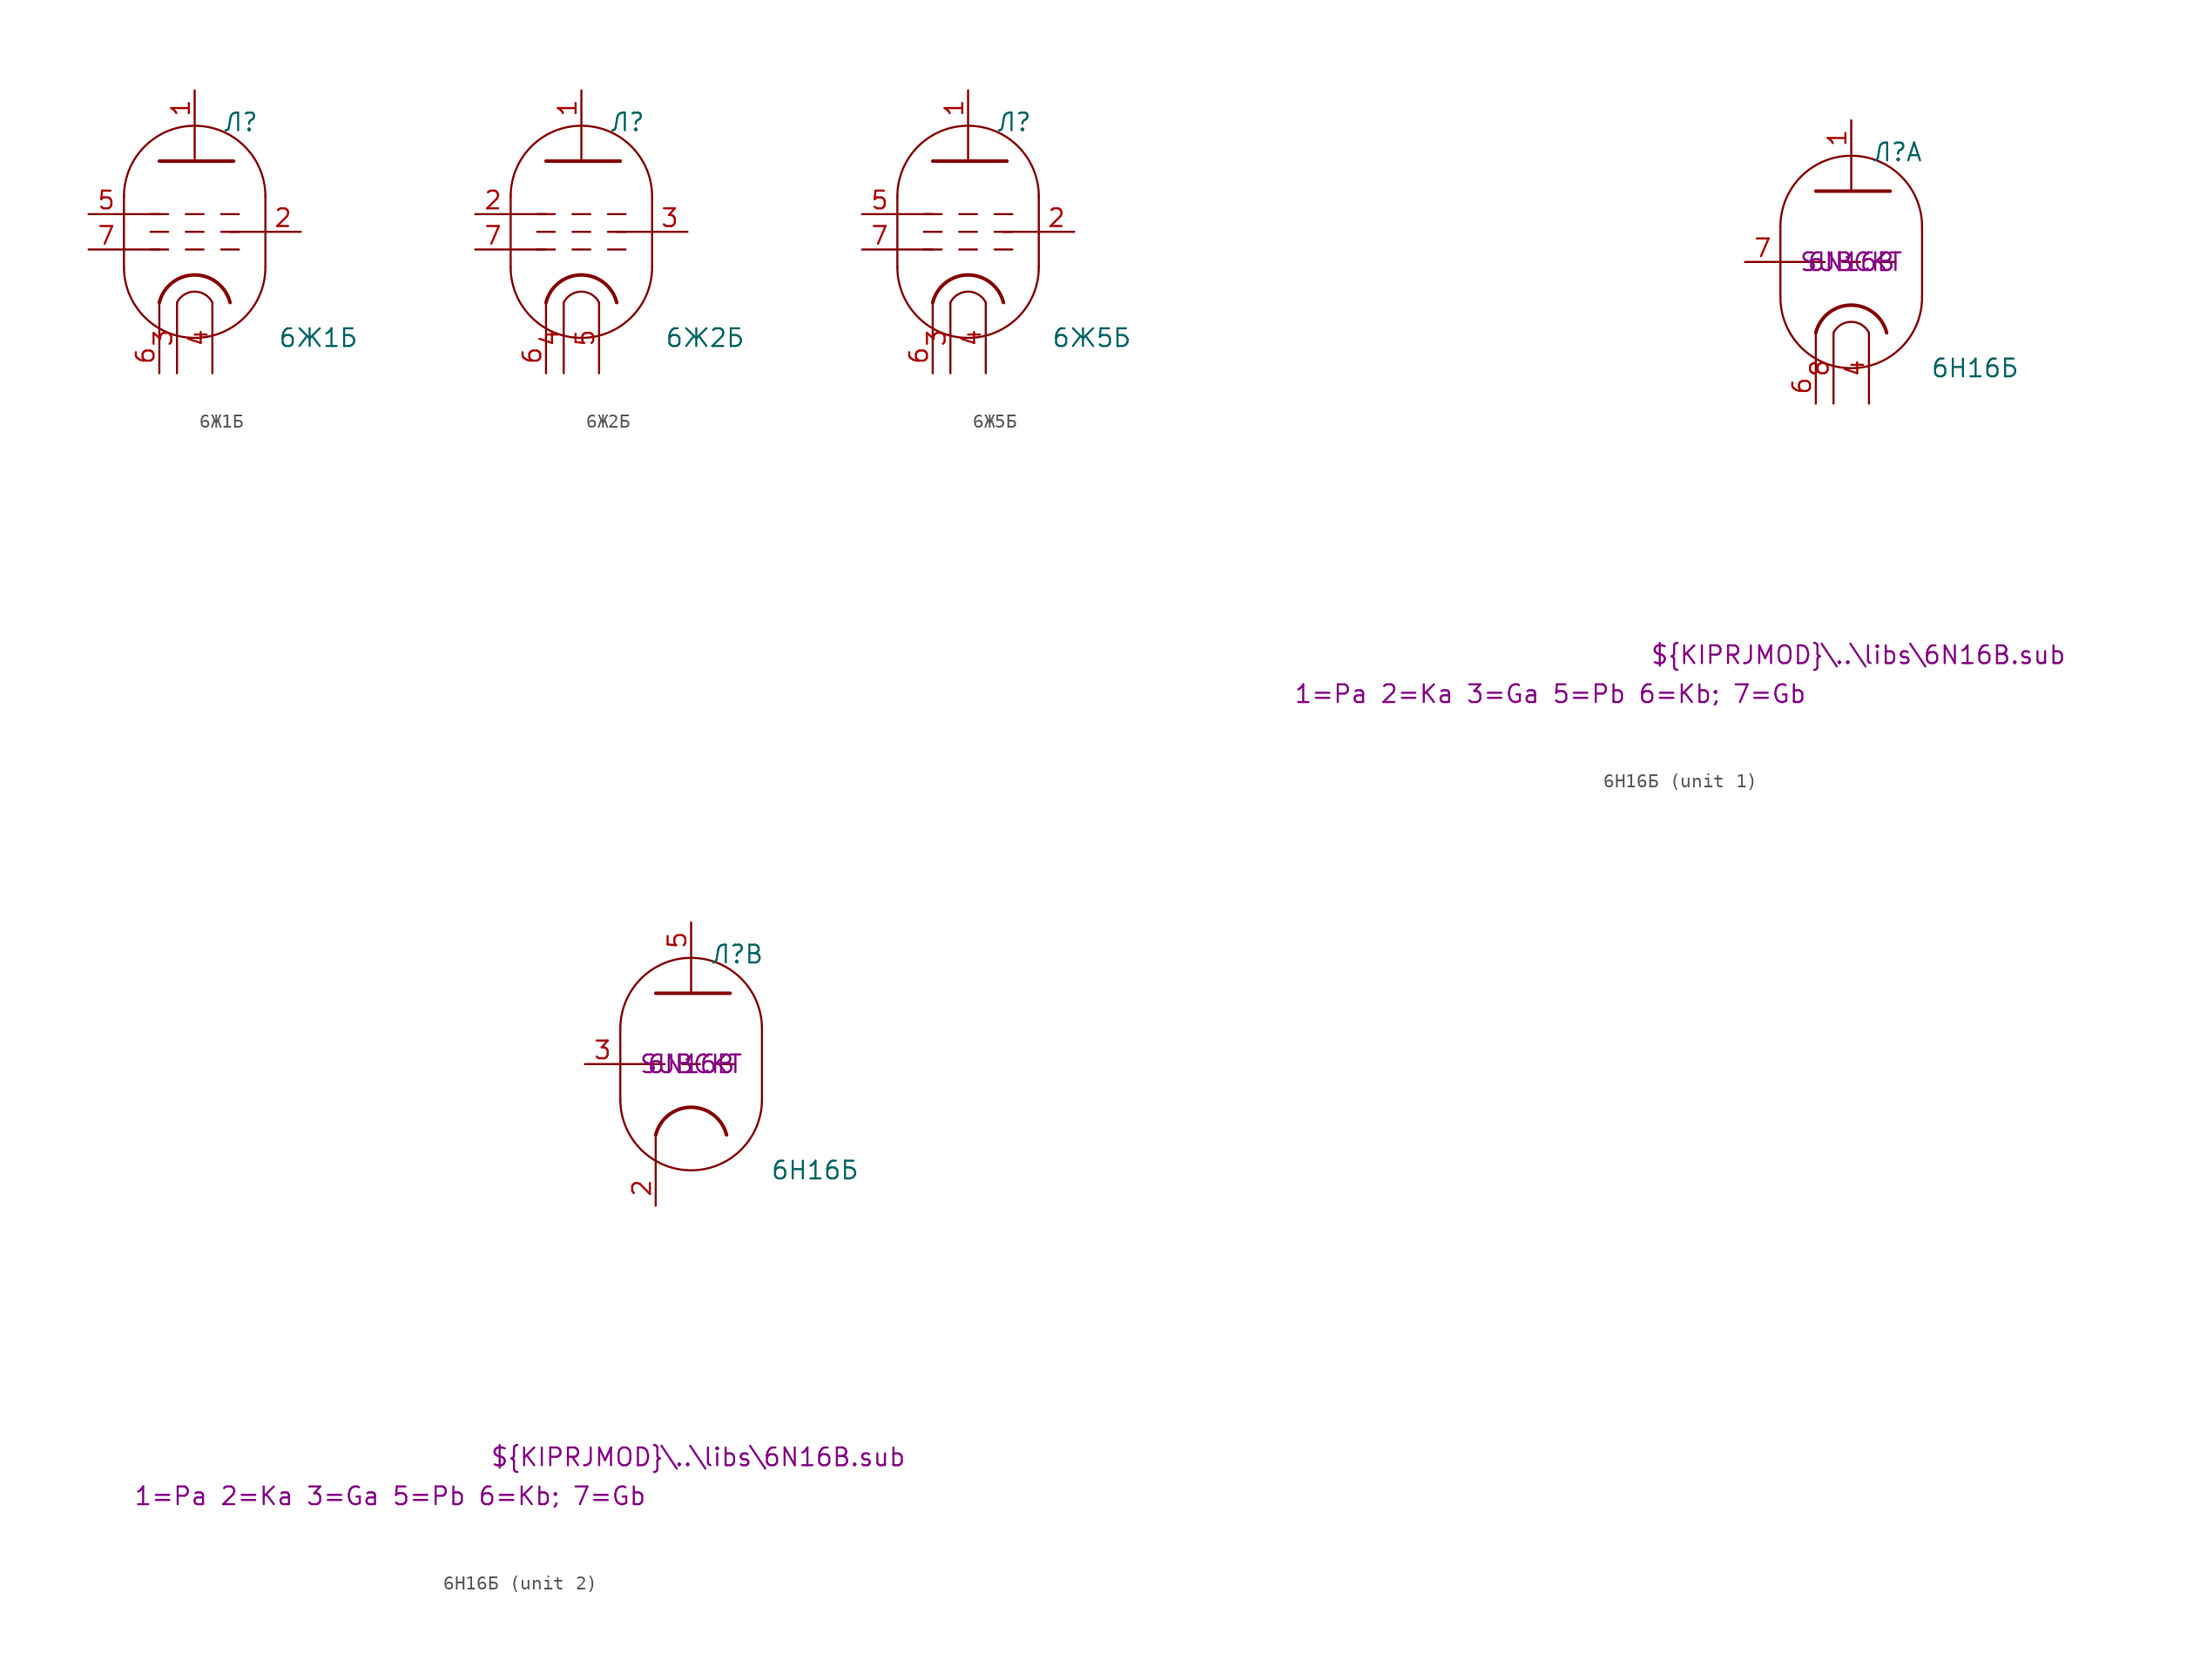
<source format=kicad_sym>
(kicad_symbol_lib
  (version 20231120)
  (generator "kicad_symbol_editor")
  (generator_version "8.0")
  (symbol "6Ж1Б"
    (pin_names
      (offset 0) hide)
    (property "Reference" "Л"
      (at 3.302 7.874 0)
      (effects (font (size 1.27 1.27))))
    (property "Value" "6Ж1Б"
      (at 8.89 -7.62 0)
      (effects (font (size 1.27 1.27))))
    (symbol "6Ж1Б_0_1"
      (arc (start -5.08 -2.54) (mid 0 -7.5978) (end 5.08 -2.54) (stroke (width 0) (type default)) (fill (type none)))
      (polyline (pts (xy 5.08 2.54) (xy 5.08 -2.54)) (stroke (width 0) (type default)) (fill (type none)))
      (polyline (pts (xy -5.08 2.54) (xy -5.08 -2.54) (xy -5.08 -2.54)) (stroke (width 0) (type default)) (fill (type none)))
      (arc (start 5.08 2.54) (mid 0 7.5978) (end -5.08 2.54) (stroke (width 0) (type default)) (fill (type none))))
    (symbol "6Ж1Б_1_0"
      (polyline (pts (xy -2.54 -5.08) (xy -2.54 -7.62)) (stroke (width 0) (type default)) (fill (type none)))
      (polyline (pts (xy 0 5.08) (xy 0 7.62)) (stroke (width 0) (type default)) (fill (type none))))
    (symbol "6Ж1Б_1_1"
      (polyline (pts (xy -5.08 -1.27) (xy -2.54 -1.27)) (stroke (width 0) (type default)) (fill (type none)))
      (polyline (pts (xy -5.08 1.27) (xy -2.54 1.27)) (stroke (width 0) (type default)) (fill (type none)))
      (polyline (pts (xy -1.905 -1.27) (xy -3.175 -1.27)) (stroke (width 0.152) (type default)) (fill (type none)))
      (polyline (pts (xy -1.905 0) (xy -3.175 0)) (stroke (width 0.152) (type default)) (fill (type none)))
      (polyline (pts (xy -1.905 1.27) (xy -3.175 1.27)) (stroke (width 0.152) (type default)) (fill (type none)))
      (polyline (pts (xy -0.635 -1.27) (xy 0.635 -1.27)) (stroke (width 0.152) (type default)) (fill (type none)))
      (polyline (pts (xy -0.635 0) (xy 0.635 0)) (stroke (width 0.152) (type default)) (fill (type none)))
      (polyline (pts (xy -0.635 1.27) (xy 0.635 1.27)) (stroke (width 0.152) (type default)) (fill (type none)))
      (polyline (pts (xy 1.905 -1.27) (xy 3.175 -1.27)) (stroke (width 0.152) (type default)) (fill (type none)))
      (polyline (pts (xy 1.905 0) (xy 3.175 0)) (stroke (width 0.152) (type default)) (fill (type none)))
      (polyline (pts (xy 1.905 1.27) (xy 3.175 1.27)) (stroke (width 0.152) (type default)) (fill (type none)))
      (polyline (pts (xy 2.54 0) (xy 5.08 0)) (stroke (width 0) (type default)) (fill (type none)))
      (polyline (pts (xy -2.54 5.08) (xy 2.794 5.08) (xy 2.794 5.08)) (stroke (width 0.254) (type default)) (fill (type none)))
      (arc (start 1.27 -5.08) (mid 0 -4.2951) (end -1.27 -5.08) (stroke (width 0) (type default)) (fill (type none)))
      (arc (start 2.54 -5.08) (mid 0 -3.0968) (end -2.54 -5.08) (stroke (width 0.254) (type default)) (fill (type none)))
      (pin output line (at 0 10.16 270) (length 2.54) (name "A" (effects (font (size 1.27 1.27)))) (number "1" (effects (font (size 1.27 1.27)))))
      (pin input line (at 7.62 0 180) (length 2.54) (name "G" (effects (font (size 1.27 1.27)))) (number "2" (effects (font (size 1.27 1.27)))))
      (pin power_in line (at -1.27 -10.16 90) (length 5.08) (name "F1" (effects (font (size 1.27 1.27)))) (number "3" (effects (font (size 1.27 1.27)))))
      (pin power_in line (at 1.27 -10.16 90) (length 5.08) (name "F1" (effects (font (size 1.27 1.27)))) (number "4" (effects (font (size 1.27 1.27)))))
      (pin input line (at -7.62 1.27 0) (length 2.54) (name "G3" (effects (font (size 1.27 1.27)))) (number "5" (effects (font (size 1.27 1.27)))))
      (pin bidirectional line (at -2.54 -10.16 90) (length 2.54) (name "K" (effects (font (size 1.27 1.27)))) (number "6" (effects (font (size 1.27 1.27)))))
      (pin input line (at -7.62 -1.27 0) (length 2.54) (name "G1" (effects (font (size 1.27 1.27)))) (number "7" (effects (font (size 1.27 1.27)))))))
  (symbol "6Ж2Б"
    (pin_names
      (offset 0) hide)
    (property "Reference" "Л"
      (at 3.302 7.874 0)
      (effects (font (size 1.27 1.27))))
    (property "Value" "6Ж2Б"
      (at 8.89 -7.62 0)
      (effects (font (size 1.27 1.27))))
    (symbol "6Ж2Б_0_1"
      (arc (start -5.08 -2.54) (mid 0 -7.5978) (end 5.08 -2.54) (stroke (width 0) (type default)) (fill (type none)))
      (polyline (pts (xy 5.08 2.54) (xy 5.08 -2.54)) (stroke (width 0) (type default)) (fill (type none)))
      (polyline (pts (xy -5.08 2.54) (xy -5.08 -2.54) (xy -5.08 -2.54)) (stroke (width 0) (type default)) (fill (type none)))
      (arc (start 5.08 2.54) (mid 0 7.5978) (end -5.08 2.54) (stroke (width 0) (type default)) (fill (type none))))
    (symbol "6Ж2Б_1_0"
      (polyline (pts (xy -2.54 -5.08) (xy -2.54 -7.62)) (stroke (width 0) (type default)) (fill (type none)))
      (polyline (pts (xy 0 5.08) (xy 0 7.62)) (stroke (width 0) (type default)) (fill (type none))))
    (symbol "6Ж2Б_1_1"
      (polyline (pts (xy -5.08 -1.27) (xy -2.54 -1.27)) (stroke (width 0) (type default)) (fill (type none)))
      (polyline (pts (xy -5.08 1.27) (xy -2.54 1.27)) (stroke (width 0) (type default)) (fill (type none)))
      (polyline (pts (xy -1.905 -1.27) (xy -3.175 -1.27)) (stroke (width 0.152) (type default)) (fill (type none)))
      (polyline (pts (xy -1.905 0) (xy -3.175 0)) (stroke (width 0.152) (type default)) (fill (type none)))
      (polyline (pts (xy -1.905 1.27) (xy -3.175 1.27)) (stroke (width 0.152) (type default)) (fill (type none)))
      (polyline (pts (xy -0.635 -1.27) (xy 0.635 -1.27)) (stroke (width 0.152) (type default)) (fill (type none)))
      (polyline (pts (xy -0.635 0) (xy 0.635 0)) (stroke (width 0.152) (type default)) (fill (type none)))
      (polyline (pts (xy -0.635 1.27) (xy 0.635 1.27)) (stroke (width 0.152) (type default)) (fill (type none)))
      (polyline (pts (xy 1.905 -1.27) (xy 3.175 -1.27)) (stroke (width 0.152) (type default)) (fill (type none)))
      (polyline (pts (xy 1.905 0) (xy 3.175 0)) (stroke (width 0.152) (type default)) (fill (type none)))
      (polyline (pts (xy 1.905 1.27) (xy 3.175 1.27)) (stroke (width 0.152) (type default)) (fill (type none)))
      (polyline (pts (xy 2.54 0) (xy 5.08 0)) (stroke (width 0) (type default)) (fill (type none)))
      (polyline (pts (xy -2.54 5.08) (xy 2.794 5.08) (xy 2.794 5.08)) (stroke (width 0.254) (type default)) (fill (type none)))
      (arc (start 1.27 -5.08) (mid 0 -4.2951) (end -1.27 -5.08) (stroke (width 0) (type default)) (fill (type none)))
      (arc (start 2.54 -5.08) (mid 0 -3.0968) (end -2.54 -5.08) (stroke (width 0.254) (type default)) (fill (type none)))
      (pin output line (at 0 10.16 270) (length 2.54) (name "A" (effects (font (size 1.27 1.27)))) (number "1" (effects (font (size 1.27 1.27)))))
      (pin input line (at -7.62 1.27 0) (length 2.54) (name "G3" (effects (font (size 1.27 1.27)))) (number "2" (effects (font (size 1.27 1.27)))))
      (pin input line (at 7.62 0 180) (length 2.54) (name "G" (effects (font (size 1.27 1.27)))) (number "3" (effects (font (size 1.27 1.27)))))
      (pin power_in line (at -1.27 -10.16 90) (length 5.08) (name "F1" (effects (font (size 1.27 1.27)))) (number "4" (effects (font (size 1.27 1.27)))))
      (pin power_in line (at 1.27 -10.16 90) (length 5.08) (name "F1" (effects (font (size 1.27 1.27)))) (number "5" (effects (font (size 1.27 1.27)))))
      (pin bidirectional line (at -2.54 -10.16 90) (length 2.54) (name "K" (effects (font (size 1.27 1.27)))) (number "6" (effects (font (size 1.27 1.27)))))
      (pin input line (at -7.62 -1.27 0) (length 2.54) (name "G1" (effects (font (size 1.27 1.27)))) (number "7" (effects (font (size 1.27 1.27)))))))
  (symbol "6Ж5Б"
    (pin_names
      (offset 0) hide)
    (property "Reference" "Л"
      (at 3.302 7.874 0)
      (effects (font (size 1.27 1.27))))
    (property "Value" "6Ж5Б"
      (at 8.89 -7.62 0)
      (effects (font (size 1.27 1.27))))
    (symbol "6Ж5Б_0_1"
      (arc (start -5.08 -2.54) (mid 0 -7.5978) (end 5.08 -2.54) (stroke (width 0) (type default)) (fill (type none)))
      (polyline (pts (xy 5.08 2.54) (xy 5.08 -2.54)) (stroke (width 0) (type default)) (fill (type none)))
      (polyline (pts (xy -5.08 2.54) (xy -5.08 -2.54) (xy -5.08 -2.54)) (stroke (width 0) (type default)) (fill (type none)))
      (arc (start 5.08 2.54) (mid 0 7.5978) (end -5.08 2.54) (stroke (width 0) (type default)) (fill (type none))))
    (symbol "6Ж5Б_1_0"
      (polyline (pts (xy -2.54 -5.08) (xy -2.54 -7.62)) (stroke (width 0) (type default)) (fill (type none)))
      (polyline (pts (xy 0 5.08) (xy 0 7.62)) (stroke (width 0) (type default)) (fill (type none))))
    (symbol "6Ж5Б_1_1"
      (polyline (pts (xy -5.08 -1.27) (xy -2.54 -1.27)) (stroke (width 0) (type default)) (fill (type none)))
      (polyline (pts (xy -5.08 1.27) (xy -2.54 1.27)) (stroke (width 0) (type default)) (fill (type none)))
      (polyline (pts (xy -1.905 -1.27) (xy -3.175 -1.27)) (stroke (width 0.152) (type default)) (fill (type none)))
      (polyline (pts (xy -1.905 0) (xy -3.175 0)) (stroke (width 0.152) (type default)) (fill (type none)))
      (polyline (pts (xy -1.905 1.27) (xy -3.175 1.27)) (stroke (width 0.152) (type default)) (fill (type none)))
      (polyline (pts (xy -0.635 -1.27) (xy 0.635 -1.27)) (stroke (width 0.152) (type default)) (fill (type none)))
      (polyline (pts (xy -0.635 0) (xy 0.635 0)) (stroke (width 0.152) (type default)) (fill (type none)))
      (polyline (pts (xy -0.635 1.27) (xy 0.635 1.27)) (stroke (width 0.152) (type default)) (fill (type none)))
      (polyline (pts (xy 1.905 -1.27) (xy 3.175 -1.27)) (stroke (width 0.152) (type default)) (fill (type none)))
      (polyline (pts (xy 1.905 0) (xy 3.175 0)) (stroke (width 0.152) (type default)) (fill (type none)))
      (polyline (pts (xy 1.905 1.27) (xy 3.175 1.27)) (stroke (width 0.152) (type default)) (fill (type none)))
      (polyline (pts (xy 2.54 0) (xy 5.08 0)) (stroke (width 0) (type default)) (fill (type none)))
      (polyline (pts (xy -2.54 5.08) (xy 2.794 5.08) (xy 2.794 5.08)) (stroke (width 0.254) (type default)) (fill (type none)))
      (arc (start 1.27 -5.08) (mid 0 -4.2951) (end -1.27 -5.08) (stroke (width 0) (type default)) (fill (type none)))
      (arc (start 2.54 -5.08) (mid 0 -3.0968) (end -2.54 -5.08) (stroke (width 0.254) (type default)) (fill (type none)))
      (pin output line (at 0 10.16 270) (length 2.54) (name "A" (effects (font (size 1.27 1.27)))) (number "1" (effects (font (size 1.27 1.27)))))
      (pin input line (at 7.62 0 180) (length 2.54) (name "G" (effects (font (size 1.27 1.27)))) (number "2" (effects (font (size 1.27 1.27)))))
      (pin power_in line (at -1.27 -10.16 90) (length 5.08) (name "F1" (effects (font (size 1.27 1.27)))) (number "3" (effects (font (size 1.27 1.27)))))
      (pin power_in line (at 1.27 -10.16 90) (length 5.08) (name "F1" (effects (font (size 1.27 1.27)))) (number "4" (effects (font (size 1.27 1.27)))))
      (pin input line (at -7.62 1.27 0) (length 2.54) (name "G3" (effects (font (size 1.27 1.27)))) (number "5" (effects (font (size 1.27 1.27)))))
      (pin bidirectional line (at -2.54 -10.16 90) (length 2.54) (name "K" (effects (font (size 1.27 1.27)))) (number "6" (effects (font (size 1.27 1.27)))))
      (pin input line (at -7.62 -1.27 0) (length 2.54) (name "G1" (effects (font (size 1.27 1.27)))) (number "7" (effects (font (size 1.27 1.27)))))))
  (symbol "6Н16Б"
    (pin_names
      (offset 0) hide)
    (property "Reference" "Л"
      (at 3.302 7.874 0)
      (effects (font (size 1.27 1.27))))
    (property "Value" "6Н16Б"
      (at 8.89 -7.62 0)
      (effects (font (size 1.27 1.27))))
    (property "Sim.Library" "${KIPRJMOD}\\..\\libs\\6N16B.sub"
      (at 0.508 -28.194 0)
      (effects (font (size 1.27 1.27))))
    (property "Sim.Name" "6N16B"
      (at 0 0 0)
      (effects (font (size 1.27 1.27))))
    (property "Sim.Device" "SUBCKT"
      (at 0 0 0)
      (effects (font (size 1.27 1.27))))
    (property "Sim.Pins" "1=Pa 2=Ka 3=Ga 5=Pb 6=Kb; 7=Gb"
      (at -21.59 -30.988 0)
      (effects (font (size 1.27 1.27))))
    (property "ki_locked" ""
      (at 0 0 0)
      (effects (font (size 1.27 1.27))))
    (symbol "6Н16Б_0_1"
      (arc (start -5.08 -2.54) (mid 0 -7.5978) (end 5.08 -2.54) (stroke (width 0) (type default)) (fill (type none)))
      (polyline (pts (xy 5.08 2.54) (xy 5.08 -2.54)) (stroke (width 0) (type default)) (fill (type none)))
      (polyline (pts (xy -5.08 2.54) (xy -5.08 -2.54) (xy -5.08 -2.54)) (stroke (width 0) (type default)) (fill (type none)))
      (arc (start 5.08 2.54) (mid 0 7.5978) (end -5.08 2.54) (stroke (width 0) (type default)) (fill (type none))))
    (symbol "6Н16Б_1_0"
      (polyline (pts (xy -2.54 -5.08) (xy -2.54 -7.62)) (stroke (width 0) (type default)) (fill (type none)))
      (polyline (pts (xy 0 5.08) (xy 0 7.62)) (stroke (width 0) (type default)) (fill (type none))))
    (symbol "6Н16Б_1_1"
      (polyline (pts (xy -5.08 0) (xy -3.175 0)) (stroke (width 0) (type default)) (fill (type none)))
      (polyline (pts (xy -1.905 0) (xy -3.175 0)) (stroke (width 0.152) (type default)) (fill (type none)))
      (polyline (pts (xy -0.635 0) (xy 0.635 0)) (stroke (width 0.152) (type default)) (fill (type none)))
      (polyline (pts (xy 1.905 0) (xy 3.175 0)) (stroke (width 0.152) (type default)) (fill (type none)))
      (polyline (pts (xy -2.54 5.08) (xy 2.794 5.08) (xy 2.794 5.08)) (stroke (width 0.254) (type default)) (fill (type none)))
      (arc (start 1.27 -5.08) (mid 0 -4.2951) (end -1.27 -5.08) (stroke (width 0) (type default)) (fill (type none)))
      (arc (start 2.54 -5.08) (mid 0 -3.0968) (end -2.54 -5.08) (stroke (width 0.254) (type default)) (fill (type none)))
      (pin output line (at 0 10.16 270) (length 2.54) (name "A" (effects (font (size 1.27 1.27)))) (number "1" (effects (font (size 1.27 1.27)))))
      (pin power_in line (at 1.27 -10.16 90) (length 5.08) (name "F1" (effects (font (size 1.27 1.27)))) (number "4" (effects (font (size 1.27 1.27)))))
      (pin bidirectional line (at -2.54 -10.16 90) (length 2.54) (name "K" (effects (font (size 1.27 1.27)))) (number "6" (effects (font (size 1.27 1.27)))))
      (pin input line (at -7.62 0 0) (length 2.54) (name "G" (effects (font (size 1.27 1.27)))) (number "7" (effects (font (size 1.27 1.27)))))
      (pin power_in line (at -1.27 -10.16 90) (length 5.08) (name "F1" (effects (font (size 1.27 1.27)))) (number "8" (effects (font (size 1.27 1.27))))))
    (symbol "6Н16Б_2_0"
      (polyline (pts (xy -2.54 -5.08) (xy -2.54 -7.62)) (stroke (width 0) (type default)) (fill (type none)))
      (polyline (pts (xy 0 5.08) (xy 0 7.62)) (stroke (width 0) (type default)) (fill (type none))))
    (symbol "6Н16Б_2_1"
      (polyline (pts (xy -5.08 0) (xy -3.175 0)) (stroke (width 0) (type default)) (fill (type none)))
      (polyline (pts (xy -1.905 0) (xy -3.175 0)) (stroke (width 0.152) (type default)) (fill (type none)))
      (polyline (pts (xy -0.635 0) (xy 0.635 0)) (stroke (width 0.152) (type default)) (fill (type none)))
      (polyline (pts (xy 1.905 0) (xy 3.175 0)) (stroke (width 0.152) (type default)) (fill (type none)))
      (polyline (pts (xy -2.54 5.08) (xy 2.794 5.08) (xy 2.794 5.08)) (stroke (width 0.254) (type default)) (fill (type none)))
      (arc (start 2.54 -5.08) (mid 0 -3.0968) (end -2.54 -5.08) (stroke (width 0.254) (type default)) (fill (type none)))
      (pin bidirectional line (at -2.54 -10.16 90) (length 2.54) (name "K" (effects (font (size 1.27 1.27)))) (number "2" (effects (font (size 1.27 1.27)))))
      (pin input line (at -7.62 0 0) (length 2.54) (name "G" (effects (font (size 1.27 1.27)))) (number "3" (effects (font (size 1.27 1.27)))))
      (pin output line (at 0 10.16 270) (length 2.54) (name "A" (effects (font (size 1.27 1.27)))) (number "5" (effects (font (size 1.27 1.27))))))))
</source>
